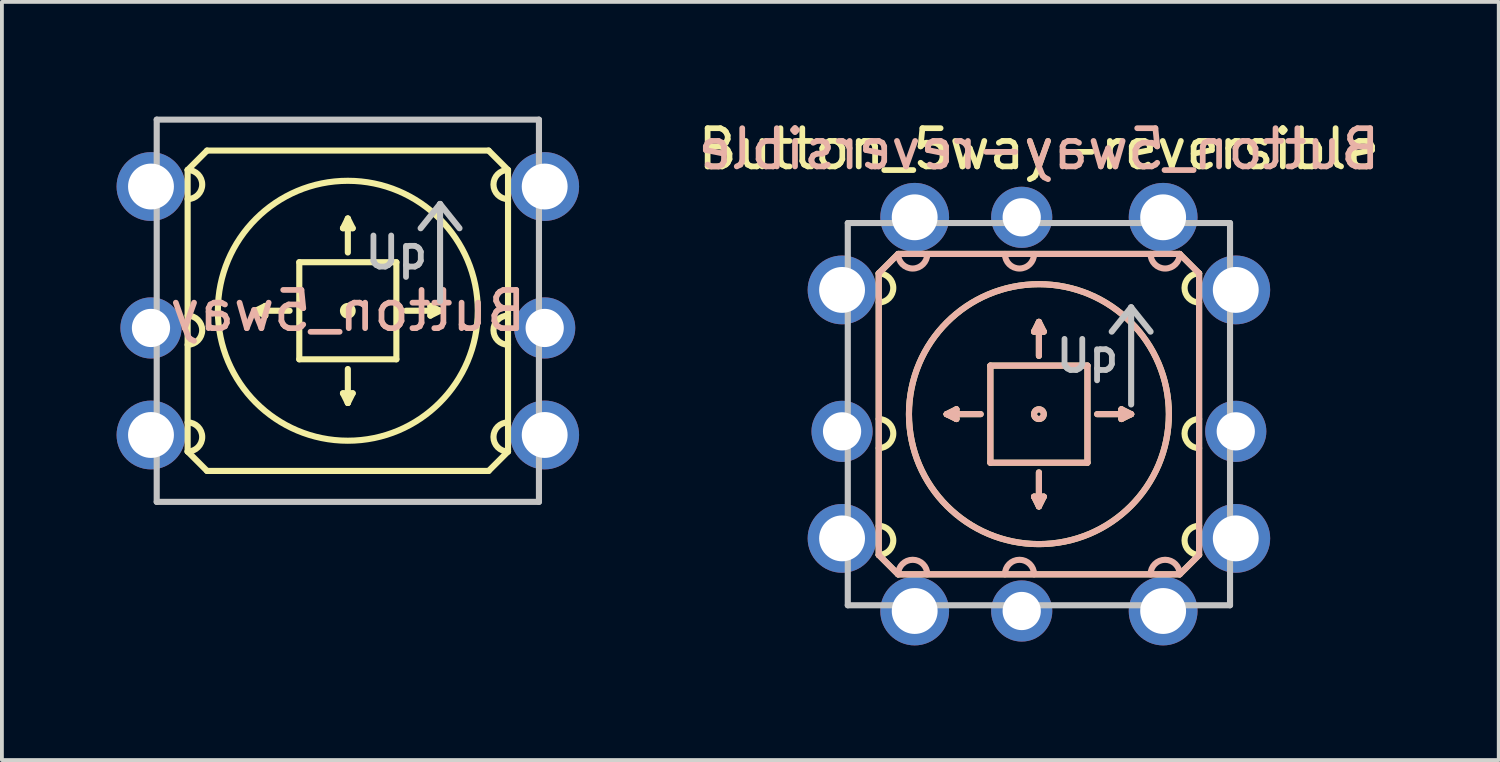
<source format=kicad_pcb>
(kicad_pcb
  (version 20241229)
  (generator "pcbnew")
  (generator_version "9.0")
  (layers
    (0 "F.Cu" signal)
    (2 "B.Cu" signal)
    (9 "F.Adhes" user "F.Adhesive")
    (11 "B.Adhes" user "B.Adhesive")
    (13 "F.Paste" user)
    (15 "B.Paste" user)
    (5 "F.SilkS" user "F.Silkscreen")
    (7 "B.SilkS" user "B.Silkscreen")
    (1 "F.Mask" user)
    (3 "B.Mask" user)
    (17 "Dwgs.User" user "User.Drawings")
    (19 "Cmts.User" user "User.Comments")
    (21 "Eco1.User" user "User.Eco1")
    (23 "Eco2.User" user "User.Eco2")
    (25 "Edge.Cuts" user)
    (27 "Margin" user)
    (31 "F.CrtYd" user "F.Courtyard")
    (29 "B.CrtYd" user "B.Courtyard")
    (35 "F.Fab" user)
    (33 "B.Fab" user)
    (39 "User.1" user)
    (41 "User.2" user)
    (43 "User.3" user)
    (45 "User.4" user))
  (footprint "Button_5way"
    (layer "F.Cu")
    (at 6.05 5.08)
    (property "Reference" "Button_5way" (at 0 0 0) (layer "B.SilkS") (effects (font (size 1 1) (thickness 0.15) (bold yes)) (justify mirror)))
    (attr through_hole exclude_from_pos_files)
    (fp_line (start -4.191 -3.683) (end -3.683 -4.191) (stroke (width 0.16) (type solid)) (layer "F.SilkS"))
    (fp_line (start -4.191 3.683) (end -4.191 -3.683) (stroke (width 0.16) (type solid)) (layer "F.SilkS"))
    (fp_line (start -3.683 -4.191) (end 3.683 -4.191) (stroke (width 0.16) (type solid)) (layer "F.SilkS"))
    (fp_line (start -3.683 4.191) (end -4.191 3.683) (stroke (width 0.16) (type solid)) (layer "F.SilkS"))
    (fp_line (start -2.413 0) (end -2.159 -0.127) (stroke (width 0.16) (type solid)) (layer "F.SilkS"))
    (fp_line (start -2.159 -0.127) (end -2.159 0.127) (stroke (width 0.16) (type solid)) (layer "F.SilkS"))
    (fp_line (start -2.159 0.127) (end -2.413 0) (stroke (width 0.16) (type solid)) (layer "F.SilkS"))
    (fp_line (start -1.524 0) (end -2.413 0) (stroke (width 0.16) (type solid)) (layer "F.SilkS"))
    (fp_line (start -1.27 -1.27) (end -1.27 1.27) (stroke (width 0.16) (type solid)) (layer "F.SilkS"))
    (fp_line (start -1.27 1.27) (end 1.27 1.27) (stroke (width 0.16) (type solid)) (layer "F.SilkS"))
    (fp_line (start -0.127 -2.159) (end 0 -2.413) (stroke (width 0.16) (type solid)) (layer "F.SilkS"))
    (fp_line (start -0.127 2.159) (end 0.127 2.159) (stroke (width 0.16) (type solid)) (layer "F.SilkS"))
    (fp_line (start 0 -2.413) (end 0.127 -2.159) (stroke (width 0.16) (type solid)) (layer "F.SilkS"))
    (fp_line (start 0 -1.524) (end 0 -2.413) (stroke (width 0.16) (type solid)) (layer "F.SilkS"))
    (fp_line (start 0 1.524) (end 0 2.413) (stroke (width 0.16) (type solid)) (layer "F.SilkS"))
    (fp_line (start 0 2.413) (end -0.127 2.159) (stroke (width 0.16) (type solid)) (layer "F.SilkS"))
    (fp_line (start 0.127 -2.159) (end -0.127 -2.159) (stroke (width 0.16) (type solid)) (layer "F.SilkS"))
    (fp_line (start 0.127 2.159) (end 0 2.413) (stroke (width 0.16) (type solid)) (layer "F.SilkS"))
    (fp_line (start 1.27 -1.27) (end -1.27 -1.27) (stroke (width 0.16) (type solid)) (layer "F.SilkS"))
    (fp_line (start 1.27 1.27) (end 1.27 -1.27) (stroke (width 0.16) (type solid)) (layer "F.SilkS"))
    (fp_line (start 1.524 0) (end 2.413 0) (stroke (width 0.16) (type solid)) (layer "F.SilkS"))
    (fp_line (start 2.159 -0.127) (end 2.413 0) (stroke (width 0.16) (type solid)) (layer "F.SilkS"))
    (fp_line (start 2.159 0.127) (end 2.159 -0.127) (stroke (width 0.16) (type solid)) (layer "F.SilkS"))
    (fp_line (start 2.413 0) (end 2.159 0.127) (stroke (width 0.16) (type solid)) (layer "F.SilkS"))
    (fp_line (start 3.683 -4.191) (end 4.191 -3.683) (stroke (width 0.16) (type solid)) (layer "F.SilkS"))
    (fp_line (start 3.683 4.191) (end -3.683 4.191) (stroke (width 0.16) (type solid)) (layer "F.SilkS"))
    (fp_line (start 4.191 -3.683) (end 4.191 3.683) (stroke (width 0.16) (type solid)) (layer "F.SilkS"))
    (fp_line (start 4.191 3.683) (end 3.683 4.191) (stroke (width 0.16) (type solid)) (layer "F.SilkS"))
    (fp_arc (start -4.191 -3.683) (mid -3.81 -3.302) (end -4.191 -2.921) (stroke (width 0.16) (type solid)) (layer "F.SilkS"))
    (fp_arc (start -4.191 0.127) (mid -3.81 0.508) (end -4.191 0.889) (stroke (width 0.16) (type solid)) (layer "F.SilkS"))
    (fp_arc (start -4.191 2.921) (mid -3.81 3.302) (end -4.191 3.683) (stroke (width 0.16) (type solid)) (layer "F.SilkS"))
    (fp_arc (start 4.191 -2.921) (mid 3.81 -3.302) (end 4.191 -3.683) (stroke (width 0.16) (type solid)) (layer "F.SilkS"))
    (fp_arc (start 4.191 0.889) (mid 3.81 0.508) (end 4.191 0.127) (stroke (width 0.16) (type solid)) (layer "F.SilkS"))
    (fp_arc (start 4.191 3.683) (mid 3.81 3.302) (end 4.191 2.921) (stroke (width 0.16) (type solid)) (layer "F.SilkS"))
    (fp_circle (center 0 0) (end 0.127 0) (stroke (width 0.16) (type solid)) (fill no) (layer "F.SilkS"))
    (fp_circle (center 0 0) (end 3.4 0) (stroke (width 0.16) (type solid)) (fill no) (layer "F.SilkS"))
    (fp_line (start -5 -5) (end 5 -5) (stroke (width 0.16) (type solid)) (layer "Dwgs.User"))
    (fp_line (start -5 5) (end -5 -5) (stroke (width 0.16) (type solid)) (layer "Dwgs.User"))
    (fp_line (start 2.413 -2.794) (end 1.905 -2.159) (stroke (width 0.16) (type solid)) (layer "Dwgs.User"))
    (fp_line (start 2.413 -2.794) (end 2.921 -2.159) (stroke (width 0.16) (type solid)) (layer "Dwgs.User"))
    (fp_line (start 2.413 -0.254) (end 2.413 -2.794) (stroke (width 0.16) (type solid)) (layer "Dwgs.User"))
    (fp_line (start 5 -5) (end 5 5) (stroke (width 0.16) (type solid)) (layer "Dwgs.User"))
    (fp_line (start 5 5) (end -5 5) (stroke (width 0.16) (type solid)) (layer "Dwgs.User"))
    (fp_text user "Up" (at 1.27 -1.524 0) (layer "Dwgs.User") (effects (font (size 0.813 0.813) (thickness 0.152))))
    (pad "1" thru_hole circle (at -5.15 -3.25) (size 1.8 1.8) (drill 1.2) (layers "*.Cu" "B.Mask"))
    (pad "2" thru_hole circle (at -5.15 0.45) (size 1.6 1.6) (drill 1) (layers "*.Cu" "B.Mask"))
    (pad "3" thru_hole circle (at -5.15 3.25) (size 1.8 1.8) (drill 1.2) (layers "*.Cu" "B.Mask"))
    (pad "4" thru_hole circle (at 5.15 3.25) (size 1.8 1.8) (drill 1.2) (layers "*.Cu" "B.Mask"))
    (pad "5" thru_hole circle (at 5.15 0.45) (size 1.6 1.6) (drill 1) (layers "*.Cu" "B.Mask"))
    (pad "6" thru_hole circle (at 5.15 -3.25) (size 1.8 1.8) (drill 1.2) (layers "*.Cu" "B.Mask")))
  (footprint "Button_5way-reversible"
    (layer "F.Cu")
    (at 24.13 7.785)
    (property "Reference" "Button_5way-reversible" (at 0 -6.936 0) (layer "F.SilkS") (effects (font (size 1 1) (thickness 0.15) (bold yes))))
    (attr through_hole exclude_from_pos_files)
    (fp_line (start -4.191 -3.683) (end -3.683 -4.191) (stroke (width 0.16) (type solid)) (layer "F.SilkS"))
    (fp_line (start -4.191 3.683) (end -4.191 -3.683) (stroke (width 0.16) (type solid)) (layer "F.SilkS"))
    (fp_line (start -3.683 -4.191) (end 3.683 -4.191) (stroke (width 0.16) (type solid)) (layer "F.SilkS"))
    (fp_line (start -3.683 4.191) (end -4.191 3.683) (stroke (width 0.16) (type solid)) (layer "F.SilkS"))
    (fp_line (start -2.413 0) (end -2.159 -0.127) (stroke (width 0.16) (type solid)) (layer "F.SilkS"))
    (fp_line (start -2.159 -0.127) (end -2.159 0.127) (stroke (width 0.16) (type solid)) (layer "F.SilkS"))
    (fp_line (start -2.159 0.127) (end -2.413 0) (stroke (width 0.16) (type solid)) (layer "F.SilkS"))
    (fp_line (start -1.524 0) (end -2.413 0) (stroke (width 0.16) (type solid)) (layer "F.SilkS"))
    (fp_line (start -1.27 -1.27) (end -1.27 1.27) (stroke (width 0.16) (type solid)) (layer "F.SilkS"))
    (fp_line (start -1.27 1.27) (end 1.27 1.27) (stroke (width 0.16) (type solid)) (layer "F.SilkS"))
    (fp_line (start -0.127 -2.159) (end 0 -2.413) (stroke (width 0.16) (type solid)) (layer "F.SilkS"))
    (fp_line (start -0.127 2.159) (end 0.127 2.159) (stroke (width 0.16) (type solid)) (layer "F.SilkS"))
    (fp_line (start 0 -2.413) (end 0.127 -2.159) (stroke (width 0.16) (type solid)) (layer "F.SilkS"))
    (fp_line (start 0 -1.524) (end 0 -2.413) (stroke (width 0.16) (type solid)) (layer "F.SilkS"))
    (fp_line (start 0 1.524) (end 0 2.413) (stroke (width 0.16) (type solid)) (layer "F.SilkS"))
    (fp_line (start 0 2.413) (end -0.127 2.159) (stroke (width 0.16) (type solid)) (layer "F.SilkS"))
    (fp_line (start 0.127 -2.159) (end -0.127 -2.159) (stroke (width 0.16) (type solid)) (layer "F.SilkS"))
    (fp_line (start 0.127 2.159) (end 0 2.413) (stroke (width 0.16) (type solid)) (layer "F.SilkS"))
    (fp_line (start 1.27 -1.27) (end -1.27 -1.27) (stroke (width 0.16) (type solid)) (layer "F.SilkS"))
    (fp_line (start 1.27 1.27) (end 1.27 -1.27) (stroke (width 0.16) (type solid)) (layer "F.SilkS"))
    (fp_line (start 1.524 0) (end 2.413 0) (stroke (width 0.16) (type solid)) (layer "F.SilkS"))
    (fp_line (start 2.159 -0.127) (end 2.413 0) (stroke (width 0.16) (type solid)) (layer "F.SilkS"))
    (fp_line (start 2.159 0.127) (end 2.159 -0.127) (stroke (width 0.16) (type solid)) (layer "F.SilkS"))
    (fp_line (start 2.413 0) (end 2.159 0.127) (stroke (width 0.16) (type solid)) (layer "F.SilkS"))
    (fp_line (start 3.683 -4.191) (end 4.191 -3.683) (stroke (width 0.16) (type solid)) (layer "F.SilkS"))
    (fp_line (start 3.683 4.191) (end -3.683 4.191) (stroke (width 0.16) (type solid)) (layer "F.SilkS"))
    (fp_line (start 4.191 -3.683) (end 4.191 3.683) (stroke (width 0.16) (type solid)) (layer "F.SilkS"))
    (fp_line (start 4.191 3.683) (end 3.683 4.191) (stroke (width 0.16) (type solid)) (layer "F.SilkS"))
    (fp_arc (start -4.191 -3.683) (mid -3.81 -3.302) (end -4.191 -2.921) (stroke (width 0.16) (type solid)) (layer "F.SilkS"))
    (fp_arc (start -4.191 0.127) (mid -3.81 0.508) (end -4.191 0.889) (stroke (width 0.16) (type solid)) (layer "F.SilkS"))
    (fp_arc (start -4.191 2.921) (mid -3.81 3.302) (end -4.191 3.683) (stroke (width 0.16) (type solid)) (layer "F.SilkS"))
    (fp_arc (start 4.191 -2.921) (mid 3.81 -3.302) (end 4.191 -3.683) (stroke (width 0.16) (type solid)) (layer "F.SilkS"))
    (fp_arc (start 4.191 0.889) (mid 3.81 0.508) (end 4.191 0.127) (stroke (width 0.16) (type solid)) (layer "F.SilkS"))
    (fp_arc (start 4.191 3.683) (mid 3.81 3.302) (end 4.191 2.921) (stroke (width 0.16) (type solid)) (layer "F.SilkS"))
    (fp_circle (center 0 0) (end 0.127 0) (stroke (width 0.16) (type solid)) (fill no) (layer "F.SilkS"))
    (fp_circle (center 0 0) (end 3.4 0) (stroke (width 0.16) (type solid)) (fill no) (layer "F.SilkS"))
    (fp_line (start -4.191 -3.683) (end -3.683 -4.191) (stroke (width 0.16) (type solid)) (layer "B.SilkS"))
    (fp_line (start -4.191 3.683) (end -4.191 -3.683) (stroke (width 0.16) (type solid)) (layer "B.SilkS"))
    (fp_line (start -4.191 3.683) (end -3.683 4.191) (stroke (width 0.16) (type solid)) (layer "B.SilkS"))
    (fp_line (start -3.683 -4.191) (end 3.683 -4.191) (stroke (width 0.16) (type solid)) (layer "B.SilkS"))
    (fp_line (start -2.413 0) (end -2.159 -0.127) (stroke (width 0.16) (type solid)) (layer "B.SilkS"))
    (fp_line (start -2.159 -0.127) (end -2.159 0.127) (stroke (width 0.16) (type solid)) (layer "B.SilkS"))
    (fp_line (start -2.159 0.127) (end -2.413 0) (stroke (width 0.16) (type solid)) (layer "B.SilkS"))
    (fp_line (start -1.524 0) (end -2.413 0) (stroke (width 0.16) (type solid)) (layer "B.SilkS"))
    (fp_line (start -1.27 -1.27) (end -1.27 1.27) (stroke (width 0.16) (type solid)) (layer "B.SilkS"))
    (fp_line (start -1.27 1.27) (end 1.27 1.27) (stroke (width 0.16) (type solid)) (layer "B.SilkS"))
    (fp_line (start -0.127 -2.159) (end 0 -2.413) (stroke (width 0.16) (type solid)) (layer "B.SilkS"))
    (fp_line (start -0.127 2.159) (end 0.127 2.159) (stroke (width 0.16) (type solid)) (layer "B.SilkS"))
    (fp_line (start 0 -2.413) (end 0.127 -2.159) (stroke (width 0.16) (type solid)) (layer "B.SilkS"))
    (fp_line (start 0 -1.524) (end 0 -2.413) (stroke (width 0.16) (type solid)) (layer "B.SilkS"))
    (fp_line (start 0 1.524) (end 0 2.413) (stroke (width 0.16) (type solid)) (layer "B.SilkS"))
    (fp_line (start 0 2.413) (end -0.127 2.159) (stroke (width 0.16) (type solid)) (layer "B.SilkS"))
    (fp_line (start 0.127 -2.159) (end -0.127 -2.159) (stroke (width 0.16) (type solid)) (layer "B.SilkS"))
    (fp_line (start 0.127 2.159) (end 0 2.413) (stroke (width 0.16) (type solid)) (layer "B.SilkS"))
    (fp_line (start 1.27 -1.27) (end -1.27 -1.27) (stroke (width 0.16) (type solid)) (layer "B.SilkS"))
    (fp_line (start 1.27 1.27) (end 1.27 -1.27) (stroke (width 0.16) (type solid)) (layer "B.SilkS"))
    (fp_line (start 1.524 0) (end 2.413 0) (stroke (width 0.16) (type solid)) (layer "B.SilkS"))
    (fp_line (start 2.159 -0.127) (end 2.413 0) (stroke (width 0.16) (type solid)) (layer "B.SilkS"))
    (fp_line (start 2.159 0.127) (end 2.159 -0.127) (stroke (width 0.16) (type solid)) (layer "B.SilkS"))
    (fp_line (start 2.413 0) (end 2.159 0.127) (stroke (width 0.16) (type solid)) (layer "B.SilkS"))
    (fp_line (start 3.683 4.191) (end -3.683 4.191) (stroke (width 0.16) (type solid)) (layer "B.SilkS"))
    (fp_line (start 4.191 -3.683) (end 3.683 -4.191) (stroke (width 0.16) (type solid)) (layer "B.SilkS"))
    (fp_line (start 4.191 -3.683) (end 4.191 3.683) (stroke (width 0.16) (type solid)) (layer "B.SilkS"))
    (fp_line (start 4.191 3.683) (end 3.683 4.191) (stroke (width 0.16) (type solid)) (layer "B.SilkS"))
    (fp_arc (start -3.683 4.191) (mid -3.302 3.81) (end -2.921 4.191) (stroke (width 0.16) (type solid)) (layer "B.SilkS"))
    (fp_arc (start -2.921 -4.191) (mid -3.302 -3.81) (end -3.683 -4.191) (stroke (width 0.16) (type solid)) (layer "B.SilkS"))
    (fp_arc (start -0.889 4.191) (mid -0.508 3.81) (end -0.127 4.191) (stroke (width 0.16) (type solid)) (layer "B.SilkS"))
    (fp_arc (start -0.127 -4.191) (mid -0.508 -3.81) (end -0.889 -4.191) (stroke (width 0.16) (type solid)) (layer "B.SilkS"))
    (fp_arc (start 2.921 4.191) (mid 3.302 3.81) (end 3.683 4.191) (stroke (width 0.16) (type solid)) (layer "B.SilkS"))
    (fp_arc (start 3.683 -4.191) (mid 3.302 -3.81) (end 2.921 -4.191) (stroke (width 0.16) (type solid)) (layer "B.SilkS"))
    (fp_circle (center 0 0) (end 0 0.127) (stroke (width 0.16) (type solid)) (fill no) (layer "B.SilkS"))
    (fp_circle (center 0 0) (end 3.4 0) (stroke (width 0.16) (type solid)) (fill no) (layer "B.SilkS"))
    (fp_line (start -5 -5) (end 5 -5) (stroke (width 0.16) (type solid)) (layer "Dwgs.User"))
    (fp_line (start -5 5) (end -5 -5) (stroke (width 0.16) (type solid)) (layer "Dwgs.User"))
    (fp_line (start 2.413 -2.794) (end 1.905 -2.159) (stroke (width 0.16) (type solid)) (layer "Dwgs.User"))
    (fp_line (start 2.413 -2.794) (end 2.921 -2.159) (stroke (width 0.16) (type solid)) (layer "Dwgs.User"))
    (fp_line (start 2.413 -0.254) (end 2.413 -2.794) (stroke (width 0.16) (type solid)) (layer "Dwgs.User"))
    (fp_line (start 5 -5) (end 5 5) (stroke (width 0.16) (type solid)) (layer "Dwgs.User"))
    (fp_line (start 5 5) (end -5 5) (stroke (width 0.16) (type solid)) (layer "Dwgs.User"))
    (fp_text user "${REFERENCE}" (at 0 -6.936 0) (layer "B.SilkS") (effects (font (size 1 1) (thickness 0.15)) (justify mirror)))
    (fp_text user "Up" (at 1.27 -1.524 0) (layer "Dwgs.User") (effects (font (size 0.813 0.813) (thickness 0.152))))
    (pad "1" thru_hole circle (at -5.15 -3.25) (size 1.8 1.8) (drill 1.2) (layers "*.Cu" "B.Mask"))
    (pad "1" thru_hole circle (at -0.45 -5.15) (size 1.6 1.6) (drill 1) (layers "*.Cu" "F.Mask"))
    (pad "2" thru_hole circle (at -5.15 0.45) (size 1.6 1.6) (drill 1) (layers "*.Cu" "B.Mask"))
    (pad "2" thru_hole circle (at 3.25 5.15) (size 1.8 1.8) (drill 1.2) (layers "*.Cu" "F.Mask"))
    (pad "3" thru_hole circle (at -5.15 3.25) (size 1.8 1.8) (drill 1.2) (layers "*.Cu" "B.Mask"))
    (pad "3" thru_hole circle (at -0.45 5.15) (size 1.6 1.6) (drill 1) (layers "*.Cu" "F.Mask"))
    (pad "4" thru_hole circle (at -3.25 -5.15) (size 1.8 1.8) (drill 1.2) (layers "*.Cu" "F.Mask"))
    (pad "4" thru_hole circle (at 5.15 3.25) (size 1.8 1.8) (drill 1.2) (layers "*.Cu" "B.Mask"))
    (pad "5" thru_hole circle (at -3.25 5.15) (size 1.8 1.8) (drill 1.2) (layers "*.Cu" "F.Mask"))
    (pad "5" thru_hole circle (at 5.15 0.45) (size 1.6 1.6) (drill 1) (layers "*.Cu" "B.Mask"))
    (pad "6" thru_hole circle (at 3.25 -5.15) (size 1.8 1.8) (drill 1.2) (layers "*.Cu" "F.Mask"))
    (pad "6" thru_hole circle (at 5.15 -3.25) (size 1.8 1.8) (drill 1.2) (layers "*.Cu" "B.Mask")))
  (gr_rect
    (start -3 -3)
    (end 36.16 16.835)
    (stroke (width 0.1) (type default))
    (fill no)
    (layer "Edge.Cuts")))
</source>
